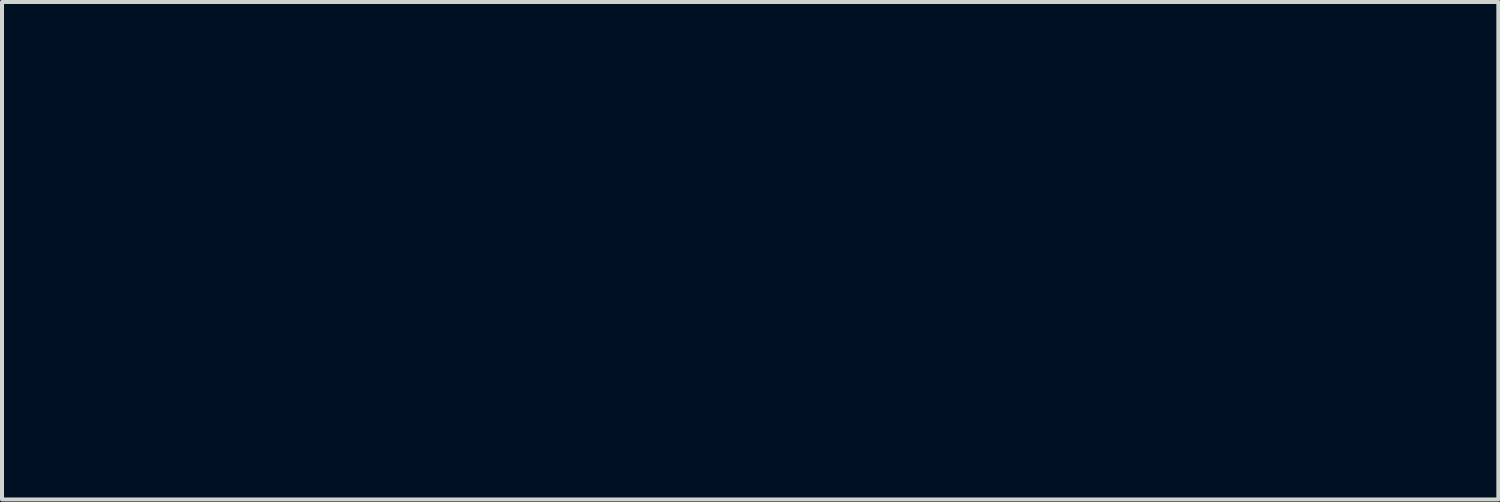
<source format=kicad_pcb>
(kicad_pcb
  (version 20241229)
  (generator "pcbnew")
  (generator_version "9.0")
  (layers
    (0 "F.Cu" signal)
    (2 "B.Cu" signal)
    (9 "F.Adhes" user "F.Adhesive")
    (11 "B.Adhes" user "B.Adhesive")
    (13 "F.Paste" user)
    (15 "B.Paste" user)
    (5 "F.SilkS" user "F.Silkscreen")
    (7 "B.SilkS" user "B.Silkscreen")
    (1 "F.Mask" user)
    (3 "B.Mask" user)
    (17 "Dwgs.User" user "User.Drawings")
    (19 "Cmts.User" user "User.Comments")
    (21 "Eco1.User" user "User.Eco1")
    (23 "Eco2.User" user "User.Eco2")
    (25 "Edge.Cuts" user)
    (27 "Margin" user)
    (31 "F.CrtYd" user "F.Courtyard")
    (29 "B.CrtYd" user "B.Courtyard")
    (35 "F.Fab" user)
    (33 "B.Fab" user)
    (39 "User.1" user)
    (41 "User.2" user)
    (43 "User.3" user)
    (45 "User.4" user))
  (footprint "UK78-LOGOmask"
    (layer "F.Cu")
    (at 15.165 3.306)
    (property "Reference" "UK78-LOGOmask" (at 0 0 0) (layer "F.Mask") (effects (font (size 1.524 1.524) (thickness 0.3))))
    (attr through_hole)
    (fp_poly (pts (xy 14.02 2.473) (xy 14.073 2.497) (xy 14.118 2.534) (xy 14.155 2.583) (xy 14.16 2.592) (xy 14.178 2.647) (xy 14.182 2.706) (xy 14.173 2.764) (xy 14.151 2.818) (xy 14.117 2.863) (xy 14.113 2.868) (xy 14.065 2.902) (xy 14.01 2.923) (xy 13.95 2.931) (xy 13.891 2.924) (xy 13.845 2.908) (xy 13.794 2.874) (xy 13.755 2.83) (xy 13.73 2.779) (xy 13.717 2.723) (xy 13.719 2.665) (xy 13.735 2.607) (xy 13.765 2.551) (xy 13.771 2.543) (xy 13.79 2.525) (xy 13.818 2.505) (xy 13.844 2.49) (xy 13.903 2.469) (xy 13.963 2.464) (xy 14.02 2.473)) (stroke (width 0.01) (type solid)) (fill yes) (layer "F.Mask"))
    (fp_poly (pts (xy 11.688 1.404) (xy 11.737 1.423) (xy 11.777 1.457) (xy 11.798 1.485) (xy 11.81 1.507) (xy 11.818 1.525) (xy 11.822 1.546) (xy 11.823 1.575) (xy 11.823 1.604) (xy 11.822 1.681) (xy 11.614 2.254) (xy 11.579 2.348) (xy 11.546 2.439) (xy 11.515 2.524) (xy 11.487 2.602) (xy 11.461 2.672) (xy 11.438 2.732) (xy 11.42 2.781) (xy 11.406 2.819) (xy 11.397 2.842) (xy 11.393 2.851) (xy 11.367 2.886) (xy 11.33 2.916) (xy 11.32 2.922) (xy 11.303 2.927) (xy 11.274 2.931) (xy 11.231 2.933) (xy 11.173 2.935) (xy 11.159 2.935) (xy 11.112 2.936) (xy 11.07 2.936) (xy 11.038 2.936) (xy 11.017 2.935) (xy 11.011 2.934) (xy 10.997 2.93) (xy 10.98 2.926) (xy 10.952 2.914) (xy 10.922 2.891) (xy 10.898 2.863) (xy 10.892 2.852) (xy 10.887 2.84) (xy 10.876 2.813) (xy 10.861 2.774) (xy 10.842 2.722) (xy 10.819 2.66) (xy 10.793 2.588) (xy 10.763 2.508) (xy 10.732 2.422) (xy 10.698 2.331) (xy 10.67 2.254) (xy 10.462 1.681) (xy 10.461 1.604) (xy 10.461 1.566) (xy 10.463 1.54) (xy 10.468 1.52) (xy 10.477 1.501) (xy 10.486 1.485) (xy 10.521 1.443) (xy 10.564 1.415) (xy 10.616 1.4) (xy 10.655 1.397) (xy 10.711 1.402) (xy 10.756 1.417) (xy 10.795 1.444) (xy 10.814 1.463) (xy 10.82 1.47) (xy 10.826 1.477) (xy 10.832 1.484) (xy 10.837 1.494) (xy 10.843 1.506) (xy 10.85 1.522) (xy 10.858 1.544) (xy 10.867 1.573) (xy 10.879 1.609) (xy 10.893 1.654) (xy 10.91 1.71) (xy 10.93 1.776) (xy 10.954 1.856) (xy 10.982 1.949) (xy 11.014 2.057) (xy 11.016 2.064) (xy 11.04 2.143) (xy 11.062 2.218) (xy 11.083 2.286) (xy 11.101 2.346) (xy 11.117 2.396) (xy 11.129 2.434) (xy 11.137 2.46) (xy 11.142 2.472) (xy 11.142 2.472) (xy 11.145 2.464) (xy 11.153 2.442) (xy 11.164 2.406) (xy 11.179 2.359) (xy 11.197 2.301) (xy 11.217 2.235) (xy 11.239 2.162) (xy 11.263 2.083) (xy 11.269 2.064) (xy 11.301 1.955) (xy 11.329 1.861) (xy 11.353 1.781) (xy 11.373 1.713) (xy 11.39 1.657) (xy 11.405 1.611) (xy 11.416 1.574) (xy 11.426 1.546) (xy 11.434 1.523) (xy 11.441 1.507) (xy 11.447 1.494) (xy 11.452 1.485) (xy 11.458 1.477) (xy 11.464 1.471) (xy 11.47 1.463) (xy 11.471 1.463) (xy 11.508 1.429) (xy 11.549 1.408) (xy 11.599 1.399) (xy 11.629 1.397) (xy 11.688 1.404)) (stroke (width 0.01) (type solid)) (fill yes) (layer "F.Mask"))
    (fp_poly (pts (xy 15.317 0.902) (xy 15.372 0.905) (xy 15.419 0.91) (xy 15.461 0.919) (xy 15.501 0.933) (xy 15.545 0.951) (xy 15.586 0.97) (xy 15.656 1.012) (xy 15.724 1.065) (xy 15.785 1.126) (xy 15.819 1.168) (xy 15.867 1.243) (xy 15.909 1.332) (xy 15.944 1.433) (xy 15.973 1.543) (xy 15.978 1.565) (xy 15.986 1.62) (xy 15.993 1.689) (xy 15.998 1.766) (xy 16.001 1.849) (xy 16.001 1.932) (xy 16 2.013) (xy 15.996 2.087) (xy 15.99 2.15) (xy 15.967 2.287) (xy 15.935 2.411) (xy 15.894 2.52) (xy 15.843 2.617) (xy 15.784 2.702) (xy 15.739 2.751) (xy 15.664 2.817) (xy 15.583 2.868) (xy 15.494 2.905) (xy 15.418 2.925) (xy 15.376 2.931) (xy 15.323 2.935) (xy 15.263 2.937) (xy 15.201 2.936) (xy 15.144 2.934) (xy 15.095 2.928) (xy 15.072 2.925) (xy 14.974 2.895) (xy 14.883 2.85) (xy 14.8 2.791) (xy 14.726 2.718) (xy 14.663 2.632) (xy 14.609 2.534) (xy 14.589 2.488) (xy 14.556 2.394) (xy 14.531 2.296) (xy 14.513 2.192) (xy 14.502 2.079) (xy 14.497 1.957) (xy 14.913 1.957) (xy 14.917 2.062) (xy 14.925 2.162) (xy 14.939 2.253) (xy 14.957 2.332) (xy 14.958 2.337) (xy 14.976 2.389) (xy 15 2.44) (xy 15.027 2.485) (xy 15.046 2.51) (xy 15.068 2.529) (xy 15.098 2.55) (xy 15.123 2.565) (xy 15.152 2.578) (xy 15.176 2.586) (xy 15.203 2.59) (xy 15.238 2.591) (xy 15.248 2.591) (xy 15.287 2.59) (xy 15.315 2.587) (xy 15.34 2.58) (xy 15.366 2.569) (xy 15.374 2.565) (xy 15.422 2.534) (xy 15.463 2.494) (xy 15.497 2.443) (xy 15.525 2.379) (xy 15.548 2.301) (xy 15.565 2.211) (xy 15.574 2.14) (xy 15.581 2.057) (xy 15.584 1.968) (xy 15.585 1.878) (xy 15.582 1.794) (xy 15.579 1.757) (xy 15.567 1.645) (xy 15.548 1.548) (xy 15.524 1.465) (xy 15.493 1.396) (xy 15.455 1.339) (xy 15.41 1.295) (xy 15.376 1.272) (xy 15.357 1.261) (xy 15.339 1.255) (xy 15.318 1.251) (xy 15.289 1.249) (xy 15.248 1.249) (xy 15.207 1.249) (xy 15.179 1.251) (xy 15.158 1.255) (xy 15.14 1.261) (xy 15.121 1.272) (xy 15.068 1.312) (xy 15.023 1.367) (xy 14.985 1.436) (xy 14.956 1.517) (xy 14.944 1.562) (xy 14.929 1.65) (xy 14.919 1.747) (xy 14.913 1.851) (xy 14.913 1.957) (xy 14.497 1.957) (xy 14.497 1.955) (xy 14.497 1.85) (xy 14.501 1.737) (xy 14.51 1.637) (xy 14.522 1.548) (xy 14.54 1.467) (xy 14.564 1.391) (xy 14.594 1.317) (xy 14.615 1.275) (xy 14.671 1.18) (xy 14.737 1.098) (xy 14.813 1.031) (xy 14.898 0.977) (xy 14.911 0.97) (xy 14.96 0.947) (xy 15.003 0.93) (xy 15.044 0.917) (xy 15.086 0.909) (xy 15.134 0.904) (xy 15.192 0.902) (xy 15.248 0.902) (xy 15.317 0.902)) (stroke (width 0.01) (type solid)) (fill yes) (layer "F.Mask"))
    (fp_poly (pts (xy 9.611 1.399) (xy 9.618 1.399) (xy 9.681 1.402) (xy 9.731 1.405) (xy 9.771 1.41) (xy 9.805 1.417) (xy 9.822 1.421) (xy 9.928 1.458) (xy 10.025 1.508) (xy 10.11 1.57) (xy 10.183 1.643) (xy 10.243 1.725) (xy 10.29 1.818) (xy 10.322 1.913) (xy 10.331 1.961) (xy 10.336 2.013) (xy 10.338 2.065) (xy 10.336 2.114) (xy 10.33 2.154) (xy 10.32 2.184) (xy 10.316 2.19) (xy 10.308 2.201) (xy 10.301 2.21) (xy 10.292 2.218) (xy 10.282 2.224) (xy 10.268 2.23) (xy 10.249 2.234) (xy 10.224 2.237) (xy 10.191 2.24) (xy 10.15 2.241) (xy 10.099 2.243) (xy 10.036 2.243) (xy 9.961 2.244) (xy 9.871 2.244) (xy 9.767 2.244) (xy 9.735 2.244) (xy 9.629 2.244) (xy 9.54 2.244) (xy 9.464 2.244) (xy 9.402 2.244) (xy 9.352 2.245) (xy 9.313 2.246) (xy 9.283 2.247) (xy 9.261 2.248) (xy 9.246 2.249) (xy 9.236 2.251) (xy 9.231 2.254) (xy 9.229 2.257) (xy 9.229 2.258) (xy 9.232 2.286) (xy 9.24 2.323) (xy 9.25 2.363) (xy 9.262 2.399) (xy 9.272 2.423) (xy 9.312 2.486) (xy 9.363 2.536) (xy 9.425 2.573) (xy 9.498 2.597) (xy 9.581 2.608) (xy 9.614 2.608) (xy 9.678 2.606) (xy 9.733 2.598) (xy 9.783 2.582) (xy 9.831 2.557) (xy 9.882 2.522) (xy 9.923 2.489) (xy 9.953 2.464) (xy 9.982 2.443) (xy 10.006 2.428) (xy 10.013 2.425) (xy 10.048 2.416) (xy 10.091 2.414) (xy 10.131 2.418) (xy 10.154 2.424) (xy 10.179 2.44) (xy 10.205 2.464) (xy 10.229 2.491) (xy 10.246 2.517) (xy 10.25 2.527) (xy 10.253 2.559) (xy 10.251 2.6) (xy 10.244 2.641) (xy 10.234 2.675) (xy 10.232 2.68) (xy 10.201 2.727) (xy 10.155 2.772) (xy 10.096 2.813) (xy 10.025 2.851) (xy 9.945 2.883) (xy 9.857 2.909) (xy 9.781 2.925) (xy 9.741 2.93) (xy 9.69 2.934) (xy 9.632 2.936) (xy 9.572 2.937) (xy 9.516 2.936) (xy 9.467 2.933) (xy 9.431 2.929) (xy 9.317 2.903) (xy 9.213 2.863) (xy 9.12 2.812) (xy 9.038 2.748) (xy 8.968 2.672) (xy 8.91 2.586) (xy 8.9 2.566) (xy 8.866 2.493) (xy 8.841 2.423) (xy 8.825 2.35) (xy 8.816 2.271) (xy 8.814 2.182) (xy 8.821 2.059) (xy 8.83 2.007) (xy 9.23 2.007) (xy 9.942 2.007) (xy 9.937 1.971) (xy 9.92 1.911) (xy 9.889 1.853) (xy 9.846 1.799) (xy 9.795 1.753) (xy 9.75 1.724) (xy 9.727 1.713) (xy 9.708 1.705) (xy 9.688 1.701) (xy 9.664 1.698) (xy 9.629 1.698) (xy 9.597 1.698) (xy 9.553 1.698) (xy 9.521 1.699) (xy 9.498 1.702) (xy 9.477 1.708) (xy 9.455 1.717) (xy 9.439 1.724) (xy 9.375 1.764) (xy 9.321 1.816) (xy 9.278 1.882) (xy 9.245 1.958) (xy 9.241 1.97) (xy 9.23 2.007) (xy 8.83 2.007) (xy 8.841 1.944) (xy 8.875 1.838) (xy 8.922 1.741) (xy 8.982 1.655) (xy 9.053 1.58) (xy 9.136 1.517) (xy 9.231 1.465) (xy 9.251 1.456) (xy 9.316 1.432) (xy 9.381 1.415) (xy 9.448 1.404) (xy 9.524 1.399) (xy 9.611 1.399)) (stroke (width 0.01) (type solid)) (fill yes) (layer "F.Mask"))
    (fp_poly (pts (xy 0.889 -2.982) (xy 0.973 -2.949) (xy 1.044 -2.909) (xy 1.102 -2.858) (xy 1.15 -2.797) (xy 1.177 -2.749) (xy 1.2 -2.698) (xy 1.217 -2.653) (xy 1.228 -2.606) (xy 1.236 -2.555) (xy 1.241 -2.493) (xy 1.242 -2.456) (xy 1.244 -2.392) (xy 1.242 -2.341) (xy 1.237 -2.297) (xy 1.228 -2.256) (xy 1.212 -2.215) (xy 1.191 -2.167) (xy 1.185 -2.155) (xy 1.165 -2.117) (xy 1.142 -2.077) (xy 1.113 -2.034) (xy 1.079 -1.987) (xy 1.039 -1.933) (xy 0.99 -1.872) (xy 0.932 -1.802) (xy 0.863 -1.721) (xy 0.854 -1.71) (xy 0.809 -1.658) (xy 0.764 -1.604) (xy 0.721 -1.553) (xy 0.682 -1.507) (xy 0.65 -1.468) (xy 0.63 -1.444) (xy 0.476 -1.244) (xy 0.328 -1.038) (xy 0.188 -0.823) (xy 0.054 -0.599) (xy -0.074 -0.366) (xy -0.196 -0.123) (xy -0.312 0.132) (xy -0.423 0.398) (xy -0.529 0.677) (xy -0.631 0.969) (xy -0.728 1.275) (xy -0.821 1.596) (xy -0.911 1.931) (xy -0.986 2.238) (xy -1.009 2.332) (xy -1.028 2.411) (xy -1.045 2.477) (xy -1.06 2.533) (xy -1.073 2.58) (xy -1.086 2.62) (xy -1.098 2.655) (xy -1.111 2.687) (xy -1.125 2.719) (xy -1.14 2.75) (xy -1.186 2.828) (xy -1.24 2.891) (xy -1.303 2.941) (xy -1.375 2.977) (xy -1.458 3.001) (xy -1.495 3.006) (xy -1.545 3.01) (xy -1.602 3.012) (xy -1.662 3.013) (xy -1.72 3.012) (xy -1.772 3.01) (xy -1.812 3.006) (xy -1.815 3.005) (xy -1.911 2.982) (xy -1.996 2.946) (xy -2.069 2.898) (xy -2.131 2.838) (xy -2.181 2.765) (xy -2.22 2.68) (xy -2.236 2.628) (xy -2.246 2.578) (xy -2.254 2.516) (xy -2.258 2.446) (xy -2.26 2.371) (xy -2.259 2.297) (xy -2.254 2.226) (xy -2.248 2.176) (xy -2.224 2.037) (xy -2.19 1.887) (xy -2.147 1.725) (xy -2.095 1.554) (xy -2.034 1.373) (xy -1.965 1.186) (xy -1.889 0.992) (xy -1.806 0.793) (xy -1.716 0.591) (xy -1.621 0.386) (xy -1.52 0.179) (xy -1.413 -0.028) (xy -1.303 -0.234) (xy -1.242 -0.343) (xy -1.097 -0.592) (xy -0.949 -0.829) (xy -0.801 -1.053) (xy -0.651 -1.264) (xy -0.501 -1.459) (xy -0.351 -1.64) (xy -0.202 -1.805) (xy -0.173 -1.835) (xy -0.072 -1.939) (xy -1.486 -1.939) (xy -1.671 -1.939) (xy -1.841 -1.939) (xy -1.995 -1.939) (xy -2.135 -1.939) (xy -2.26 -1.939) (xy -2.373 -1.94) (xy -2.474 -1.94) (xy -2.563 -1.94) (xy -2.641 -1.941) (xy -2.71 -1.942) (xy -2.77 -1.943) (xy -2.821 -1.945) (xy -2.865 -1.947) (xy -2.902 -1.949) (xy -2.934 -1.951) (xy -2.96 -1.954) (xy -2.982 -1.958) (xy -3.001 -1.961) (xy -3.016 -1.966) (xy -3.03 -1.97) (xy -3.043 -1.976) (xy -3.055 -1.982) (xy -3.068 -1.988) (xy -3.082 -1.995) (xy -3.087 -1.998) (xy -3.135 -2.025) (xy -3.175 -2.055) (xy -3.207 -2.087) (xy -3.254 -2.144) (xy -3.289 -2.207) (xy -3.314 -2.277) (xy -3.329 -2.356) (xy -3.336 -2.447) (xy -3.336 -2.475) (xy -3.33 -2.579) (xy -3.312 -2.672) (xy -3.281 -2.753) (xy -3.239 -2.823) (xy -3.183 -2.882) (xy -3.115 -2.93) (xy -3.034 -2.968) (xy -3.008 -2.977) (xy -2.934 -3.001) (xy 0.826 -3.001) (xy 0.889 -2.982)) (stroke (width 0.01) (type solid)) (fill yes) (layer "F.Mask"))
    (fp_poly (pts (xy 7.376 0.873) (xy 7.479 0.874) (xy 7.549 0.874) (xy 7.657 0.875) (xy 7.749 0.875) (xy 7.826 0.876) (xy 7.892 0.877) (xy 7.945 0.878) (xy 7.989 0.879) (xy 8.025 0.88) (xy 8.054 0.881) (xy 8.077 0.883) (xy 8.095 0.886) (xy 8.111 0.888) (xy 8.126 0.891) (xy 8.141 0.895) (xy 8.143 0.896) (xy 8.245 0.93) (xy 8.333 0.974) (xy 8.408 1.029) (xy 8.469 1.093) (xy 8.517 1.168) (xy 8.551 1.252) (xy 8.571 1.346) (xy 8.577 1.436) (xy 8.57 1.528) (xy 8.549 1.616) (xy 8.516 1.696) (xy 8.471 1.768) (xy 8.416 1.829) (xy 8.351 1.879) (xy 8.29 1.91) (xy 8.267 1.921) (xy 8.255 1.929) (xy 8.255 1.933) (xy 8.32 1.957) (xy 8.372 1.984) (xy 8.412 2.018) (xy 8.444 2.061) (xy 8.447 2.065) (xy 8.463 2.095) (xy 8.476 2.13) (xy 8.486 2.171) (xy 8.494 2.222) (xy 8.501 2.284) (xy 8.507 2.36) (xy 8.508 2.379) (xy 8.514 2.456) (xy 8.521 2.52) (xy 8.53 2.574) (xy 8.538 2.608) (xy 8.553 2.673) (xy 8.562 2.724) (xy 8.565 2.766) (xy 8.561 2.8) (xy 8.55 2.828) (xy 8.532 2.855) (xy 8.514 2.874) (xy 8.474 2.906) (xy 8.429 2.927) (xy 8.375 2.936) (xy 8.32 2.936) (xy 8.253 2.927) (xy 8.198 2.905) (xy 8.153 2.87) (xy 8.117 2.821) (xy 8.093 2.769) (xy 8.086 2.745) (xy 8.08 2.717) (xy 8.075 2.681) (xy 8.071 2.633) (xy 8.068 2.582) (xy 8.062 2.488) (xy 8.053 2.408) (xy 8.042 2.342) (xy 8.027 2.288) (xy 8.009 2.244) (xy 7.986 2.209) (xy 7.958 2.182) (xy 7.924 2.159) (xy 7.915 2.154) (xy 7.891 2.144) (xy 7.864 2.136) (xy 7.83 2.129) (xy 7.788 2.124) (xy 7.737 2.121) (xy 7.675 2.118) (xy 7.598 2.117) (xy 7.516 2.117) (xy 7.298 2.117) (xy 7.298 2.44) (xy 7.298 2.535) (xy 7.297 2.614) (xy 7.296 2.677) (xy 7.295 2.727) (xy 7.293 2.764) (xy 7.29 2.788) (xy 7.288 2.797) (xy 7.272 2.83) (xy 7.245 2.864) (xy 7.213 2.895) (xy 7.178 2.919) (xy 7.158 2.928) (xy 7.115 2.936) (xy 7.066 2.938) (xy 7.017 2.935) (xy 6.975 2.926) (xy 6.96 2.92) (xy 6.908 2.889) (xy 6.869 2.846) (xy 6.855 2.824) (xy 6.837 2.79) (xy 6.837 1.918) (xy 6.837 1.778) (xy 7.298 1.778) (xy 7.516 1.778) (xy 7.581 1.777) (xy 7.645 1.776) (xy 7.706 1.775) (xy 7.759 1.773) (xy 7.8 1.771) (xy 7.819 1.77) (xy 7.9 1.758) (xy 7.966 1.737) (xy 8.019 1.708) (xy 8.058 1.669) (xy 8.085 1.62) (xy 8.1 1.56) (xy 8.104 1.495) (xy 8.099 1.428) (xy 8.084 1.373) (xy 8.059 1.329) (xy 8.021 1.294) (xy 7.982 1.27) (xy 7.957 1.26) (xy 7.929 1.251) (xy 7.896 1.244) (xy 7.857 1.238) (xy 7.809 1.234) (xy 7.75 1.231) (xy 7.68 1.229) (xy 7.596 1.228) (xy 7.525 1.228) (xy 7.298 1.228) (xy 7.298 1.778) (xy 6.837 1.778) (xy 6.837 1.773) (xy 6.837 1.644) (xy 6.837 1.53) (xy 6.837 1.43) (xy 6.837 1.343) (xy 6.838 1.268) (xy 6.839 1.204) (xy 6.84 1.15) (xy 6.842 1.105) (xy 6.844 1.069) (xy 6.847 1.039) (xy 6.851 1.015) (xy 6.855 0.996) (xy 6.86 0.982) (xy 6.866 0.97) (xy 6.873 0.961) (xy 6.881 0.953) (xy 6.89 0.945) (xy 6.9 0.936) (xy 6.904 0.933) (xy 6.917 0.921) (xy 6.929 0.911) (xy 6.942 0.902) (xy 6.956 0.894) (xy 6.973 0.888) (xy 6.995 0.883) (xy 7.022 0.88) (xy 7.056 0.877) (xy 7.098 0.875) (xy 7.15 0.874) (xy 7.212 0.873) (xy 7.287 0.873) (xy 7.376 0.873)) (stroke (width 0.01) (type solid)) (fill yes) (layer "F.Mask"))
    (fp_poly (pts (xy 12.804 0.9) (xy 12.899 0.913) (xy 12.899 0.913) (xy 13.003 0.942) (xy 13.099 0.982) (xy 13.186 1.034) (xy 13.261 1.095) (xy 13.325 1.165) (xy 13.375 1.242) (xy 13.411 1.326) (xy 13.413 1.332) (xy 13.42 1.358) (xy 13.425 1.383) (xy 13.427 1.41) (xy 13.428 1.443) (xy 13.426 1.488) (xy 13.426 1.506) (xy 13.422 1.574) (xy 13.415 1.631) (xy 13.404 1.681) (xy 13.389 1.729) (xy 13.366 1.779) (xy 13.361 1.791) (xy 13.329 1.848) (xy 13.289 1.901) (xy 13.239 1.953) (xy 13.179 2.005) (xy 13.106 2.057) (xy 13.02 2.113) (xy 12.969 2.142) (xy 12.872 2.199) (xy 12.789 2.247) (xy 12.719 2.289) (xy 12.66 2.325) (xy 12.613 2.356) (xy 12.598 2.365) (xy 12.557 2.395) (xy 12.515 2.429) (xy 12.478 2.462) (xy 12.448 2.493) (xy 12.427 2.519) (xy 12.424 2.525) (xy 12.412 2.548) (xy 12.866 2.548) (xy 12.966 2.548) (xy 13.05 2.549) (xy 13.12 2.549) (xy 13.177 2.549) (xy 13.223 2.55) (xy 13.259 2.551) (xy 13.287 2.552) (xy 13.309 2.553) (xy 13.325 2.555) (xy 13.337 2.558) (xy 13.346 2.561) (xy 13.355 2.565) (xy 13.358 2.566) (xy 13.396 2.593) (xy 13.423 2.631) (xy 13.437 2.68) (xy 13.44 2.726) (xy 13.434 2.785) (xy 13.416 2.832) (xy 13.385 2.867) (xy 13.343 2.891) (xy 13.328 2.895) (xy 13.313 2.897) (xy 13.281 2.899) (xy 13.232 2.9) (xy 13.168 2.901) (xy 13.088 2.902) (xy 12.993 2.903) (xy 12.884 2.903) (xy 12.76 2.903) (xy 12.7 2.903) (xy 12.581 2.903) (xy 12.478 2.903) (xy 12.389 2.903) (xy 12.314 2.902) (xy 12.252 2.901) (xy 12.201 2.9) (xy 12.16 2.899) (xy 12.128 2.898) (xy 12.104 2.896) (xy 12.086 2.894) (xy 12.075 2.892) (xy 12.071 2.891) (xy 12.022 2.867) (xy 11.985 2.833) (xy 11.966 2.804) (xy 11.954 2.784) (xy 11.948 2.765) (xy 11.944 2.743) (xy 11.943 2.713) (xy 11.943 2.684) (xy 11.944 2.637) (xy 11.949 2.601) (xy 11.957 2.569) (xy 11.962 2.555) (xy 11.996 2.486) (xy 12.044 2.413) (xy 12.104 2.34) (xy 12.174 2.268) (xy 12.234 2.215) (xy 12.267 2.187) (xy 12.301 2.161) (xy 12.337 2.135) (xy 12.376 2.107) (xy 12.422 2.076) (xy 12.477 2.041) (xy 12.542 1.999) (xy 12.603 1.96) (xy 12.682 1.91) (xy 12.747 1.867) (xy 12.801 1.831) (xy 12.845 1.799) (xy 12.88 1.77) (xy 12.908 1.744) (xy 12.93 1.719) (xy 12.947 1.694) (xy 12.962 1.668) (xy 12.968 1.655) (xy 12.98 1.627) (xy 12.987 1.6) (xy 12.991 1.57) (xy 12.992 1.53) (xy 12.992 1.528) (xy 12.991 1.488) (xy 12.988 1.458) (xy 12.982 1.433) (xy 12.971 1.406) (xy 12.97 1.405) (xy 12.934 1.347) (xy 12.885 1.299) (xy 12.842 1.272) (xy 12.822 1.262) (xy 12.804 1.256) (xy 12.784 1.252) (xy 12.758 1.25) (xy 12.722 1.249) (xy 12.691 1.249) (xy 12.647 1.249) (xy 12.615 1.25) (xy 12.591 1.253) (xy 12.571 1.258) (xy 12.551 1.266) (xy 12.529 1.277) (xy 12.481 1.305) (xy 12.441 1.342) (xy 12.406 1.388) (xy 12.376 1.446) (xy 12.349 1.518) (xy 12.344 1.535) (xy 12.323 1.592) (xy 12.301 1.634) (xy 12.274 1.663) (xy 12.241 1.682) (xy 12.199 1.691) (xy 12.151 1.693) (xy 12.113 1.692) (xy 12.085 1.688) (xy 12.06 1.68) (xy 12.039 1.67) (xy 12.001 1.645) (xy 11.975 1.613) (xy 11.96 1.573) (xy 11.954 1.521) (xy 11.953 1.498) (xy 11.956 1.436) (xy 11.965 1.382) (xy 11.983 1.327) (xy 12.006 1.274) (xy 12.051 1.197) (xy 12.111 1.126) (xy 12.184 1.062) (xy 12.267 1.006) (xy 12.359 0.961) (xy 12.407 0.943) (xy 12.498 0.918) (xy 12.598 0.903) (xy 12.702 0.897) (xy 12.804 0.9)) (stroke (width 0.01) (type solid)) (fill yes) (layer "F.Mask"))
    (fp_poly (pts (xy 4.136 -3.115) (xy 4.208 -3.113) (xy 4.27 -3.111) (xy 4.321 -3.108) (xy 4.331 -3.107) (xy 4.533 -3.083) (xy 4.725 -3.046) (xy 4.907 -2.999) (xy 5.078 -2.94) (xy 5.237 -2.87) (xy 5.385 -2.79) (xy 5.521 -2.699) (xy 5.645 -2.599) (xy 5.755 -2.488) (xy 5.853 -2.367) (xy 5.937 -2.237) (xy 5.973 -2.17) (xy 6.029 -2.043) (xy 6.072 -1.914) (xy 6.101 -1.781) (xy 6.117 -1.64) (xy 6.121 -1.513) (xy 6.12 -1.434) (xy 6.117 -1.366) (xy 6.11 -1.303) (xy 6.099 -1.241) (xy 6.084 -1.172) (xy 6.079 -1.155) (xy 6.041 -1.031) (xy 5.988 -0.907) (xy 5.923 -0.787) (xy 5.849 -0.674) (xy 5.837 -0.659) (xy 5.773 -0.583) (xy 5.695 -0.506) (xy 5.609 -0.432) (xy 5.519 -0.365) (xy 5.429 -0.308) (xy 5.413 -0.299) (xy 5.382 -0.281) (xy 5.364 -0.27) (xy 5.358 -0.262) (xy 5.363 -0.258) (xy 5.364 -0.258) (xy 5.51 -0.198) (xy 5.645 -0.127) (xy 5.768 -0.043) (xy 5.88 0.051) (xy 5.978 0.157) (xy 6.064 0.273) (xy 6.137 0.399) (xy 6.196 0.536) (xy 6.236 0.662) (xy 6.251 0.723) (xy 6.263 0.778) (xy 6.272 0.829) (xy 6.279 0.881) (xy 6.283 0.939) (xy 6.287 1.007) (xy 6.288 1.074) (xy 6.29 1.17) (xy 6.288 1.254) (xy 6.284 1.33) (xy 6.277 1.403) (xy 6.267 1.476) (xy 6.252 1.554) (xy 6.251 1.558) (xy 6.21 1.722) (xy 6.154 1.878) (xy 6.085 2.025) (xy 6.001 2.162) (xy 5.904 2.291) (xy 5.794 2.409) (xy 5.671 2.518) (xy 5.535 2.618) (xy 5.388 2.706) (xy 5.228 2.785) (xy 5.057 2.852) (xy 4.874 2.909) (xy 4.681 2.954) (xy 4.477 2.988) (xy 4.322 3.006) (xy 4.281 3.008) (xy 4.226 3.01) (xy 4.162 3.012) (xy 4.09 3.013) (xy 4.016 3.013) (xy 3.941 3.012) (xy 3.871 3.011) (xy 3.807 3.009) (xy 3.755 3.007) (xy 3.721 3.005) (xy 3.511 2.979) (xy 3.312 2.941) (xy 3.123 2.892) (xy 2.945 2.831) (xy 2.778 2.76) (xy 2.622 2.678) (xy 2.479 2.585) (xy 2.347 2.483) (xy 2.229 2.37) (xy 2.123 2.248) (xy 2.03 2.117) (xy 1.951 1.976) (xy 1.886 1.826) (xy 1.835 1.668) (xy 1.809 1.558) (xy 1.794 1.479) (xy 1.783 1.406) (xy 1.776 1.333) (xy 1.772 1.258) (xy 1.771 1.174) (xy 1.771 1.147) (xy 3.015 1.147) (xy 3.017 1.217) (xy 3.022 1.28) (xy 3.027 1.313) (xy 3.055 1.43) (xy 3.098 1.539) (xy 3.154 1.639) (xy 3.224 1.728) (xy 3.305 1.808) (xy 3.398 1.877) (xy 3.502 1.935) (xy 3.616 1.981) (xy 3.739 2.014) (xy 3.871 2.035) (xy 3.933 2.04) (xy 4.03 2.043) (xy 4.117 2.041) (xy 4.202 2.033) (xy 4.267 2.024) (xy 4.398 1.995) (xy 4.518 1.953) (xy 4.627 1.899) (xy 4.725 1.832) (xy 4.791 1.775) (xy 4.871 1.687) (xy 4.935 1.591) (xy 4.985 1.487) (xy 5.021 1.374) (xy 5.034 1.313) (xy 5.041 1.257) (xy 5.045 1.19) (xy 5.046 1.119) (xy 5.043 1.05) (xy 5.038 0.989) (xy 5.033 0.957) (xy 5.002 0.838) (xy 4.957 0.723) (xy 4.898 0.615) (xy 4.827 0.516) (xy 4.77 0.454) (xy 4.678 0.373) (xy 4.578 0.306) (xy 4.469 0.254) (xy 4.351 0.215) (xy 4.223 0.19) (xy 4.085 0.178) (xy 4.03 0.177) (xy 3.896 0.183) (xy 3.773 0.2) (xy 3.66 0.229) (xy 3.553 0.27) (xy 3.452 0.325) (xy 3.424 0.343) (xy 3.331 0.415) (xy 3.248 0.5) (xy 3.175 0.595) (xy 3.114 0.701) (xy 3.066 0.813) (xy 3.032 0.932) (xy 3.027 0.957) (xy 3.02 1.011) (xy 3.016 1.077) (xy 3.015 1.147) (xy 1.771 1.147) (xy 1.772 1.078) (xy 1.772 1.074) (xy 1.774 0.995) (xy 1.777 0.93) (xy 1.782 0.873) (xy 1.789 0.821) (xy 1.799 0.769) (xy 1.811 0.714) (xy 1.825 0.662) (xy 1.871 0.518) (xy 1.932 0.383) (xy 2.006 0.258) (xy 2.094 0.143) (xy 2.194 0.039) (xy 2.307 -0.055) (xy 2.431 -0.136) (xy 2.568 -0.206) (xy 2.696 -0.258) (xy 2.702 -0.262) (xy 2.698 -0.269) (xy 2.682 -0.28) (xy 2.653 -0.296) (xy 2.648 -0.299) (xy 2.558 -0.354) (xy 2.467 -0.419) (xy 2.381 -0.492) (xy 2.301 -0.568) (xy 2.234 -0.645) (xy 2.223 -0.659) (xy 2.147 -0.77) (xy 2.081 -0.89) (xy 2.026 -1.014) (xy 1.986 -1.137) (xy 1.981 -1.155) (xy 1.965 -1.225) (xy 1.953 -1.289) (xy 1.945 -1.351) (xy 1.941 -1.417) (xy 1.941 -1.418) (xy 3.137 -1.418) (xy 3.137 -1.352) (xy 3.14 -1.298) (xy 3.144 -1.254) (xy 3.151 -1.214) (xy 3.162 -1.175) (xy 3.177 -1.134) (xy 3.187 -1.108) (xy 3.233 -1.016) (xy 3.292 -0.933) (xy 3.365 -0.86) (xy 3.449 -0.798) (xy 3.544 -0.746) (xy 3.649 -0.704) (xy 3.763 -0.674) (xy 3.886 -0.656) (xy 4.016 -0.649) (xy 4.154 -0.655) (xy 4.214 -0.661) (xy 4.317 -0.679) (xy 4.418 -0.707) (xy 4.513 -0.743) (xy 4.597 -0.787) (xy 4.619 -0.8) (xy 4.659 -0.83) (xy 4.703 -0.869) (xy 4.746 -0.912) (xy 4.785 -0.956) (xy 4.816 -0.996) (xy 4.825 -1.01) (xy 4.867 -1.094) (xy 4.902 -1.188) (xy 4.908 -1.212) (xy 4.914 -1.237) (xy 4.919 -1.266) (xy 4.921 -1.302) (xy 4.923 -1.348) (xy 4.923 -1.408) (xy 4.923 -1.418) (xy 4.923 -1.475) (xy 4.922 -1.519) (xy 4.92 -1.554) (xy 4.917 -1.582) (xy 4.912 -1.607) (xy 4.905 -1.633) (xy 4.904 -1.638) (xy 4.866 -1.74) (xy 4.813 -1.834) (xy 4.747 -1.919) (xy 4.668 -1.994) (xy 4.577 -2.059) (xy 4.476 -2.11) (xy 4.366 -2.149) (xy 4.247 -2.177) (xy 4.122 -2.191) (xy 3.996 -2.194) (xy 3.87 -2.185) (xy 3.748 -2.163) (xy 3.634 -2.13) (xy 3.584 -2.11) (xy 3.483 -2.058) (xy 3.392 -1.994) (xy 3.313 -1.918) (xy 3.247 -1.833) (xy 3.194 -1.739) (xy 3.156 -1.638) (xy 3.149 -1.611) (xy 3.144 -1.586) (xy 3.14 -1.558) (xy 3.138 -1.525) (xy 3.137 -1.483) (xy 3.137 -1.428) (xy 3.137 -1.418) (xy 1.941 -1.418) (xy 1.939 -1.493) (xy 1.939 -1.513) (xy 1.945 -1.662) (xy 1.963 -1.801) (xy 1.994 -1.934) (xy 2.039 -2.062) (xy 2.088 -2.17) (xy 2.165 -2.305) (xy 2.255 -2.43) (xy 2.36 -2.545) (xy 2.477 -2.651) (xy 2.607 -2.747) (xy 2.749 -2.832) (xy 2.903 -2.907) (xy 3.068 -2.971) (xy 3.245 -3.024) (xy 3.432 -3.066) (xy 3.629 -3.097) (xy 3.73 -3.107) (xy 3.776 -3.11) (xy 3.836 -3.113) (xy 3.906 -3.114) (xy 3.982 -3.115) (xy 4.06 -3.115) (xy 4.136 -3.115)) (stroke (width 0.01) (type solid)) (fill yes) (layer "F.Mask"))
    (fp_poly (pts (xy -4.371 -3.299) (xy -4.318 -3.294) (xy -4.286 -3.289) (xy -4.201 -3.265) (xy -4.117 -3.231) (xy -4.039 -3.187) (xy -3.971 -3.137) (xy -3.948 -3.116) (xy -3.887 -3.047) (xy -3.841 -2.973) (xy -3.811 -2.892) (xy -3.796 -2.803) (xy -3.793 -2.745) (xy -3.8 -2.648) (xy -3.821 -2.558) (xy -3.857 -2.473) (xy -3.909 -2.391) (xy -3.917 -2.38) (xy -3.926 -2.369) (xy -3.947 -2.347) (xy -3.977 -2.314) (xy -4.017 -2.27) (xy -4.066 -2.218) (xy -4.123 -2.158) (xy -4.187 -2.089) (xy -4.258 -2.014) (xy -4.335 -1.933) (xy -4.416 -1.847) (xy -4.502 -1.756) (xy -4.592 -1.661) (xy -4.684 -1.563) (xy -4.689 -1.558) (xy -4.781 -1.461) (xy -4.87 -1.368) (xy -4.955 -1.278) (xy -5.035 -1.193) (xy -5.109 -1.114) (xy -5.178 -1.041) (xy -5.24 -0.975) (xy -5.294 -0.916) (xy -5.341 -0.866) (xy -5.378 -0.826) (xy -5.406 -0.795) (xy -5.424 -0.775) (xy -5.43 -0.767) (xy -5.431 -0.767) (xy -5.426 -0.759) (xy -5.412 -0.738) (xy -5.39 -0.703) (xy -5.361 -0.657) (xy -5.323 -0.6) (xy -5.279 -0.531) (xy -5.228 -0.453) (xy -5.17 -0.365) (xy -5.107 -0.269) (xy -5.039 -0.164) (xy -4.966 -0.052) (xy -4.888 0.066) (xy -4.807 0.191) (xy -4.722 0.32) (xy -4.634 0.454) (xy -4.543 0.593) (xy -4.521 0.626) (xy -4.429 0.766) (xy -4.339 0.903) (xy -4.252 1.037) (xy -4.167 1.166) (xy -4.087 1.289) (xy -4.01 1.407) (xy -3.938 1.518) (xy -3.871 1.621) (xy -3.809 1.717) (xy -3.753 1.803) (xy -3.703 1.88) (xy -3.661 1.946) (xy -3.626 2.002) (xy -3.598 2.045) (xy -3.579 2.076) (xy -3.568 2.094) (xy -3.568 2.095) (xy -3.539 2.154) (xy -3.519 2.204) (xy -3.506 2.252) (xy -3.499 2.302) (xy -3.498 2.36) (xy -3.499 2.4) (xy -3.507 2.498) (xy -3.525 2.583) (xy -3.552 2.659) (xy -3.591 2.729) (xy -3.642 2.794) (xy -3.67 2.824) (xy -3.707 2.86) (xy -3.74 2.887) (xy -3.774 2.909) (xy -3.816 2.931) (xy -3.819 2.932) (xy -3.875 2.959) (xy -3.927 2.978) (xy -3.978 2.992) (xy -4.034 3.002) (xy -4.097 3.008) (xy -4.173 3.012) (xy -4.178 3.012) (xy -4.243 3.013) (xy -4.294 3.013) (xy -4.336 3.01) (xy -4.373 3.006) (xy -4.394 3.003) (xy -4.482 2.978) (xy -4.563 2.94) (xy -4.638 2.887) (xy -4.708 2.818) (xy -4.743 2.775) (xy -4.752 2.763) (xy -4.766 2.744) (xy -4.785 2.715) (xy -4.809 2.678) (xy -4.84 2.632) (xy -4.876 2.577) (xy -4.919 2.512) (xy -4.968 2.438) (xy -5.023 2.353) (xy -5.085 2.258) (xy -5.154 2.152) (xy -5.23 2.035) (xy -5.314 1.906) (xy -5.404 1.766) (xy -5.503 1.614) (xy -5.609 1.45) (xy -5.724 1.273) (xy -5.847 1.084) (xy -5.978 0.881) (xy -6.118 0.665) (xy -6.266 0.435) (xy -6.388 0.247) (xy -6.428 0.184) (xy -6.808 0.564) (xy -7.188 0.944) (xy -7.19 1.71) (xy -7.191 1.845) (xy -7.191 1.964) (xy -7.191 2.069) (xy -7.192 2.16) (xy -7.193 2.238) (xy -7.194 2.306) (xy -7.195 2.363) (xy -7.197 2.412) (xy -7.199 2.453) (xy -7.203 2.487) (xy -7.206 2.516) (xy -7.211 2.541) (xy -7.216 2.562) (xy -7.223 2.582) (xy -7.23 2.601) (xy -7.239 2.62) (xy -7.249 2.64) (xy -7.26 2.664) (xy -7.262 2.667) (xy -7.281 2.704) (xy -7.299 2.735) (xy -7.32 2.763) (xy -7.347 2.793) (xy -7.378 2.824) (xy -7.414 2.86) (xy -7.444 2.886) (xy -7.472 2.906) (xy -7.503 2.924) (xy -7.536 2.94) (xy -7.587 2.964) (xy -7.632 2.981) (xy -7.676 2.994) (xy -7.722 3.002) (xy -7.774 3.007) (xy -7.838 3.01) (xy -7.866 3.011) (xy -7.913 3.012) (xy -7.954 3.012) (xy -7.987 3.012) (xy -8.008 3.011) (xy -8.014 3.011) (xy -8.026 3.007) (xy -8.049 3.002) (xy -8.08 2.994) (xy -8.086 2.993) (xy -8.122 2.983) (xy -8.166 2.967) (xy -8.211 2.949) (xy -8.229 2.94) (xy -8.267 2.921) (xy -8.297 2.903) (xy -8.326 2.882) (xy -8.356 2.854) (xy -8.387 2.824) (xy -8.422 2.788) (xy -8.448 2.758) (xy -8.469 2.73) (xy -8.487 2.699) (xy -8.503 2.667) (xy -8.522 2.625) (xy -8.539 2.581) (xy -8.553 2.542) (xy -8.557 2.527) (xy -8.558 2.521) (xy -8.56 2.514) (xy -8.561 2.506) (xy -8.562 2.495) (xy -8.563 2.482) (xy -8.564 2.466) (xy -8.565 2.445) (xy -8.566 2.421) (xy -8.567 2.392) (xy -8.568 2.357) (xy -8.568 2.316) (xy -8.569 2.269) (xy -8.57 2.214) (xy -8.57 2.152) (xy -8.57 2.081) (xy -8.571 2.002) (xy -8.571 1.913) (xy -8.571 1.814) (xy -8.572 1.704) (xy -8.572 1.583) (xy -8.572 1.451) (xy -8.572 1.306) (xy -8.572 1.149) (xy -8.572 0.978) (xy -8.572 0.793) (xy -8.572 0.593) (xy -8.572 0.379) (xy -8.572 0.149) (xy -8.572 -0.098) (xy -8.572 -0.144) (xy -8.572 -0.393) (xy -8.572 -0.627) (xy -8.572 -0.844) (xy -8.572 -1.046) (xy -8.572 -1.234) (xy -8.572 -1.407) (xy -8.572 -1.567) (xy -8.572 -1.714) (xy -8.572 -1.848) (xy -8.572 -1.971) (xy -8.572 -2.083) (xy -8.571 -2.183) (xy -8.571 -2.274) (xy -8.571 -2.355) (xy -8.57 -2.428) (xy -8.57 -2.491) (xy -8.569 -2.547) (xy -8.569 -2.596) (xy -8.568 -2.638) (xy -8.567 -2.674) (xy -8.566 -2.704) (xy -8.566 -2.729) (xy -8.565 -2.75) (xy -8.564 -2.767) (xy -8.563 -2.781) (xy -8.561 -2.792) (xy -8.56 -2.801) (xy -8.559 -2.808) (xy -8.557 -2.814) (xy -8.557 -2.815) (xy -8.546 -2.85) (xy -8.53 -2.892) (xy -8.512 -2.936) (xy -8.503 -2.955) (xy -8.484 -2.992) (xy -8.466 -3.022) (xy -8.445 -3.051) (xy -8.417 -3.081) (xy -8.387 -3.112) (xy -8.351 -3.148) (xy -8.321 -3.174) (xy -8.293 -3.194) (xy -8.261 -3.212) (xy -8.229 -3.228) (xy -8.178 -3.252) (xy -8.132 -3.27) (xy -8.089 -3.282) (xy -8.043 -3.291) (xy -7.992 -3.295) (xy -7.931 -3.297) (xy -7.882 -3.298) (xy -7.812 -3.297) (xy -7.755 -3.294) (xy -7.706 -3.288) (xy -7.661 -3.278) (xy -7.618 -3.264) (xy -7.571 -3.245) (xy -7.536 -3.228) (xy -7.498 -3.209) (xy -7.468 -3.191) (xy -7.44 -3.17) (xy -7.409 -3.143) (xy -7.378 -3.112) (xy -7.343 -3.076) (xy -7.317 -3.046) (xy -7.296 -3.018) (xy -7.278 -2.987) (xy -7.262 -2.955) (xy -7.252 -2.934) (xy -7.243 -2.917) (xy -7.235 -2.9) (xy -7.228 -2.885) (xy -7.222 -2.869) (xy -7.216 -2.851) (xy -7.212 -2.831) (xy -7.208 -2.808) (xy -7.204 -2.781) (xy -7.201 -2.749) (xy -7.199 -2.711) (xy -7.196 -2.666) (xy -7.195 -2.612) (xy -7.193 -2.551) (xy -7.192 -2.479) (xy -7.192 -2.396) (xy -7.191 -2.302) (xy -7.19 -2.196) (xy -7.19 -2.076) (xy -7.189 -1.941) (xy -7.189 -1.791) (xy -7.188 -1.685) (xy -7.184 -0.605) (xy -6.113 -1.785) (xy -6.002 -1.907) (xy -5.893 -2.027) (xy -5.787 -2.143) (xy -5.685 -2.256) (xy -5.586 -2.364) (xy -5.493 -2.467) (xy -5.404 -2.564) (xy -5.322 -2.654) (xy -5.246 -2.737) (xy -5.177 -2.812) (xy -5.116 -2.879) (xy -5.064 -2.936) (xy -5.02 -2.983) (xy -4.986 -3.019) (xy -4.963 -3.045) (xy -4.952 -3.056) (xy -4.915 -3.092) (xy -4.877 -3.128) (xy -4.841 -3.159) (xy -4.812 -3.183) (xy -4.807 -3.187) (xy -4.754 -3.22) (xy -4.696 -3.251) (xy -4.639 -3.275) (xy -4.588 -3.291) (xy -4.582 -3.293) (xy -4.541 -3.298) (xy -4.488 -3.301) (xy -4.43 -3.301) (xy -4.371 -3.299)) (stroke (width 0.01) (type solid)) (fill yes) (layer "F.Mask"))
    (fp_poly (pts (xy -10.488 -3.297) (xy -10.43 -3.294) (xy -10.381 -3.288) (xy -10.337 -3.278) (xy -10.293 -3.264) (xy -10.246 -3.245) (xy -10.211 -3.228) (xy -10.174 -3.209) (xy -10.143 -3.191) (xy -10.115 -3.17) (xy -10.084 -3.143) (xy -10.053 -3.112) (xy -10.018 -3.076) (xy -9.992 -3.046) (xy -9.972 -3.018) (xy -9.953 -2.987) (xy -9.937 -2.955) (xy -9.93 -2.939) (xy -9.923 -2.925) (xy -9.916 -2.913) (xy -9.91 -2.901) (xy -9.904 -2.89) (xy -9.899 -2.877) (xy -9.895 -2.863) (xy -9.891 -2.847) (xy -9.887 -2.828) (xy -9.884 -2.805) (xy -9.881 -2.778) (xy -9.878 -2.747) (xy -9.876 -2.709) (xy -9.874 -2.666) (xy -9.873 -2.615) (xy -9.871 -2.557) (xy -9.87 -2.49) (xy -9.87 -2.415) (xy -9.869 -2.329) (xy -9.868 -2.233) (xy -9.868 -2.127) (xy -9.868 -2.008) (xy -9.868 -1.876) (xy -9.868 -1.732) (xy -9.868 -1.574) (xy -9.868 -1.401) (xy -9.868 -1.212) (xy -9.868 -1.008) (xy -9.868 -0.919) (xy -9.868 -0.708) (xy -9.868 -0.515) (xy -9.868 -0.336) (xy -9.868 -0.172) (xy -9.868 -0.023) (xy -9.868 0.114) (xy -9.868 0.238) (xy -9.869 0.35) (xy -9.869 0.451) (xy -9.87 0.541) (xy -9.87 0.623) (xy -9.871 0.695) (xy -9.872 0.759) (xy -9.873 0.815) (xy -9.874 0.865) (xy -9.876 0.909) (xy -9.877 0.948) (xy -9.879 0.982) (xy -9.881 1.012) (xy -9.884 1.04) (xy -9.886 1.065) (xy -9.889 1.088) (xy -9.892 1.111) (xy -9.896 1.134) (xy -9.9 1.157) (xy -9.904 1.181) (xy -9.907 1.198) (xy -9.947 1.395) (xy -10.001 1.581) (xy -10.067 1.757) (xy -10.147 1.923) (xy -10.24 2.078) (xy -10.345 2.222) (xy -10.463 2.354) (xy -10.594 2.476) (xy -10.737 2.586) (xy -10.892 2.685) (xy -11.036 2.761) (xy -11.181 2.825) (xy -11.33 2.88) (xy -11.485 2.928) (xy -11.65 2.967) (xy -11.826 3) (xy -12.016 3.027) (xy -12.018 3.027) (xy -12.059 3.031) (xy -12.114 3.034) (xy -12.18 3.037) (xy -12.255 3.04) (xy -12.337 3.042) (xy -12.422 3.044) (xy -12.508 3.045) (xy -12.592 3.045) (xy -12.672 3.045) (xy -12.745 3.044) (xy -12.808 3.043) (xy -12.859 3.041) (xy -12.882 3.039) (xy -13.112 3.013) (xy -13.329 2.977) (xy -13.533 2.929) (xy -13.725 2.871) (xy -13.905 2.801) (xy -14.073 2.721) (xy -14.229 2.629) (xy -14.375 2.525) (xy -14.508 2.41) (xy -14.51 2.409) (xy -14.629 2.286) (xy -14.735 2.155) (xy -14.83 2.013) (xy -14.912 1.861) (xy -14.984 1.698) (xy -15.043 1.523) (xy -15.092 1.337) (xy -15.13 1.137) (xy -15.149 1.008) (xy -15.15 0.994) (xy -15.151 0.974) (xy -15.152 0.947) (xy -15.153 0.913) (xy -15.154 0.871) (xy -15.155 0.82) (xy -15.156 0.761) (xy -15.156 0.692) (xy -15.157 0.612) (xy -15.158 0.521) (xy -15.158 0.419) (xy -15.158 0.305) (xy -15.159 0.179) (xy -15.159 0.039) (xy -15.159 -0.115) (xy -15.159 -0.284) (xy -15.159 -0.467) (xy -15.16 -0.666) (xy -15.16 -0.882) (xy -15.16 -0.919) (xy -15.16 -1.13) (xy -15.16 -1.324) (xy -15.16 -1.504) (xy -15.16 -1.668) (xy -15.16 -1.818) (xy -15.16 -1.955) (xy -15.159 -2.079) (xy -15.159 -2.19) (xy -15.159 -2.291) (xy -15.158 -2.38) (xy -15.157 -2.46) (xy -15.156 -2.53) (xy -15.155 -2.592) (xy -15.154 -2.646) (xy -15.152 -2.692) (xy -15.15 -2.732) (xy -15.148 -2.766) (xy -15.145 -2.795) (xy -15.142 -2.819) (xy -15.138 -2.839) (xy -15.134 -2.857) (xy -15.13 -2.871) (xy -15.125 -2.884) (xy -15.12 -2.896) (xy -15.114 -2.908) (xy -15.108 -2.92) (xy -15.101 -2.933) (xy -15.093 -2.948) (xy -15.09 -2.955) (xy -15.071 -2.992) (xy -15.053 -3.022) (xy -15.032 -3.051) (xy -15.004 -3.081) (xy -14.974 -3.112) (xy -14.938 -3.148) (xy -14.908 -3.174) (xy -14.88 -3.194) (xy -14.848 -3.212) (xy -14.816 -3.228) (xy -14.765 -3.252) (xy -14.719 -3.27) (xy -14.676 -3.282) (xy -14.63 -3.291) (xy -14.579 -3.295) (xy -14.518 -3.297) (xy -14.47 -3.298) (xy -14.399 -3.297) (xy -14.342 -3.294) (xy -14.293 -3.288) (xy -14.249 -3.278) (xy -14.205 -3.264) (xy -14.158 -3.245) (xy -14.123 -3.228) (xy -14.085 -3.209) (xy -14.055 -3.191) (xy -14.027 -3.17) (xy -13.996 -3.143) (xy -13.965 -3.112) (xy -13.93 -3.076) (xy -13.904 -3.046) (xy -13.883 -3.018) (xy -13.865 -2.987) (xy -13.849 -2.955) (xy -13.841 -2.939) (xy -13.834 -2.925) (xy -13.828 -2.913) (xy -13.822 -2.902) (xy -13.816 -2.89) (xy -13.811 -2.878) (xy -13.807 -2.864) (xy -13.803 -2.848) (xy -13.799 -2.829) (xy -13.796 -2.806) (xy -13.793 -2.78) (xy -13.79 -2.748) (xy -13.788 -2.711) (xy -13.786 -2.667) (xy -13.784 -2.617) (xy -13.783 -2.559) (xy -13.782 -2.492) (xy -13.781 -2.416) (xy -13.78 -2.331) (xy -13.779 -2.235) (xy -13.778 -2.128) (xy -13.778 -2.009) (xy -13.777 -1.878) (xy -13.777 -1.733) (xy -13.777 -1.574) (xy -13.776 -1.401) (xy -13.776 -1.212) (xy -13.775 -1.007) (xy -13.775 -0.94) (xy -13.774 -0.73) (xy -13.774 -0.537) (xy -13.773 -0.359) (xy -13.773 -0.196) (xy -13.772 -0.048) (xy -13.772 0.087) (xy -13.771 0.21) (xy -13.77 0.32) (xy -13.77 0.419) (xy -13.769 0.507) (xy -13.769 0.584) (xy -13.768 0.653) (xy -13.767 0.713) (xy -13.766 0.764) (xy -13.765 0.809) (xy -13.764 0.846) (xy -13.763 0.878) (xy -13.762 0.905) (xy -13.761 0.926) (xy -13.76 0.944) (xy -13.758 0.959) (xy -13.757 0.971) (xy -13.756 0.974) (xy -13.731 1.109) (xy -13.697 1.231) (xy -13.654 1.34) (xy -13.601 1.439) (xy -13.537 1.529) (xy -13.462 1.612) (xy -13.449 1.625) (xy -13.355 1.702) (xy -13.249 1.768) (xy -13.132 1.823) (xy -13.003 1.866) (xy -12.863 1.897) (xy -12.713 1.916) (xy -12.639 1.92) (xy -12.463 1.923) (xy -12.299 1.914) (xy -12.147 1.893) (xy -12.008 1.861) (xy -11.88 1.817) (xy -11.764 1.761) (xy -11.66 1.694) (xy -11.579 1.625) (xy -11.502 1.544) (xy -11.437 1.455) (xy -11.382 1.357) (xy -11.337 1.25) (xy -11.302 1.13) (xy -11.275 0.998) (xy -11.271 0.974) (xy -11.27 0.962) (xy -11.268 0.948) (xy -11.267 0.931) (xy -11.266 0.91) (xy -11.264 0.885) (xy -11.263 0.855) (xy -11.262 0.819) (xy -11.261 0.776) (xy -11.261 0.726) (xy -11.26 0.668) (xy -11.259 0.602) (xy -11.258 0.527) (xy -11.258 0.441) (xy -11.257 0.345) (xy -11.257 0.238) (xy -11.256 0.118) (xy -11.255 -0.014) (xy -11.255 -0.159) (xy -11.254 -0.318) (xy -11.254 -0.492) (xy -11.253 -0.682) (xy -11.253 -0.887) (xy -11.253 -0.94) (xy -11.252 -1.15) (xy -11.251 -1.343) (xy -11.251 -1.521) (xy -11.251 -1.685) (xy -11.25 -1.834) (xy -11.25 -1.969) (xy -11.249 -2.092) (xy -11.249 -2.203) (xy -11.248 -2.302) (xy -11.247 -2.391) (xy -11.246 -2.469) (xy -11.245 -2.539) (xy -11.244 -2.599) (xy -11.242 -2.652) (xy -11.24 -2.698) (xy -11.238 -2.737) (xy -11.236 -2.77) (xy -11.233 -2.798) (xy -11.23 -2.822) (xy -11.226 -2.842) (xy -11.222 -2.859) (xy -11.218 -2.873) (xy -11.213 -2.886) (xy -11.208 -2.898) (xy -11.202 -2.91) (xy -11.195 -2.922) (xy -11.188 -2.935) (xy -11.181 -2.949) (xy -11.178 -2.955) (xy -11.159 -2.992) (xy -11.141 -3.022) (xy -11.12 -3.051) (xy -11.093 -3.081) (xy -11.062 -3.112) (xy -11.026 -3.148) (xy -10.996 -3.174) (xy -10.968 -3.194) (xy -10.937 -3.212) (xy -10.905 -3.228) (xy -10.853 -3.252) (xy -10.808 -3.27) (xy -10.764 -3.282) (xy -10.719 -3.291) (xy -10.667 -3.295) (xy -10.606 -3.297) (xy -10.558 -3.298) (xy -10.488 -3.297)) (stroke (width 0.01) (type solid)) (fill yes) (layer "F.Mask")))
  (gr_rect
    (start -3 -3)
    (end 34.171 9.357)
    (stroke (width 0.1) (type default))
    (fill no)
    (layer "Edge.Cuts")))
</source>
